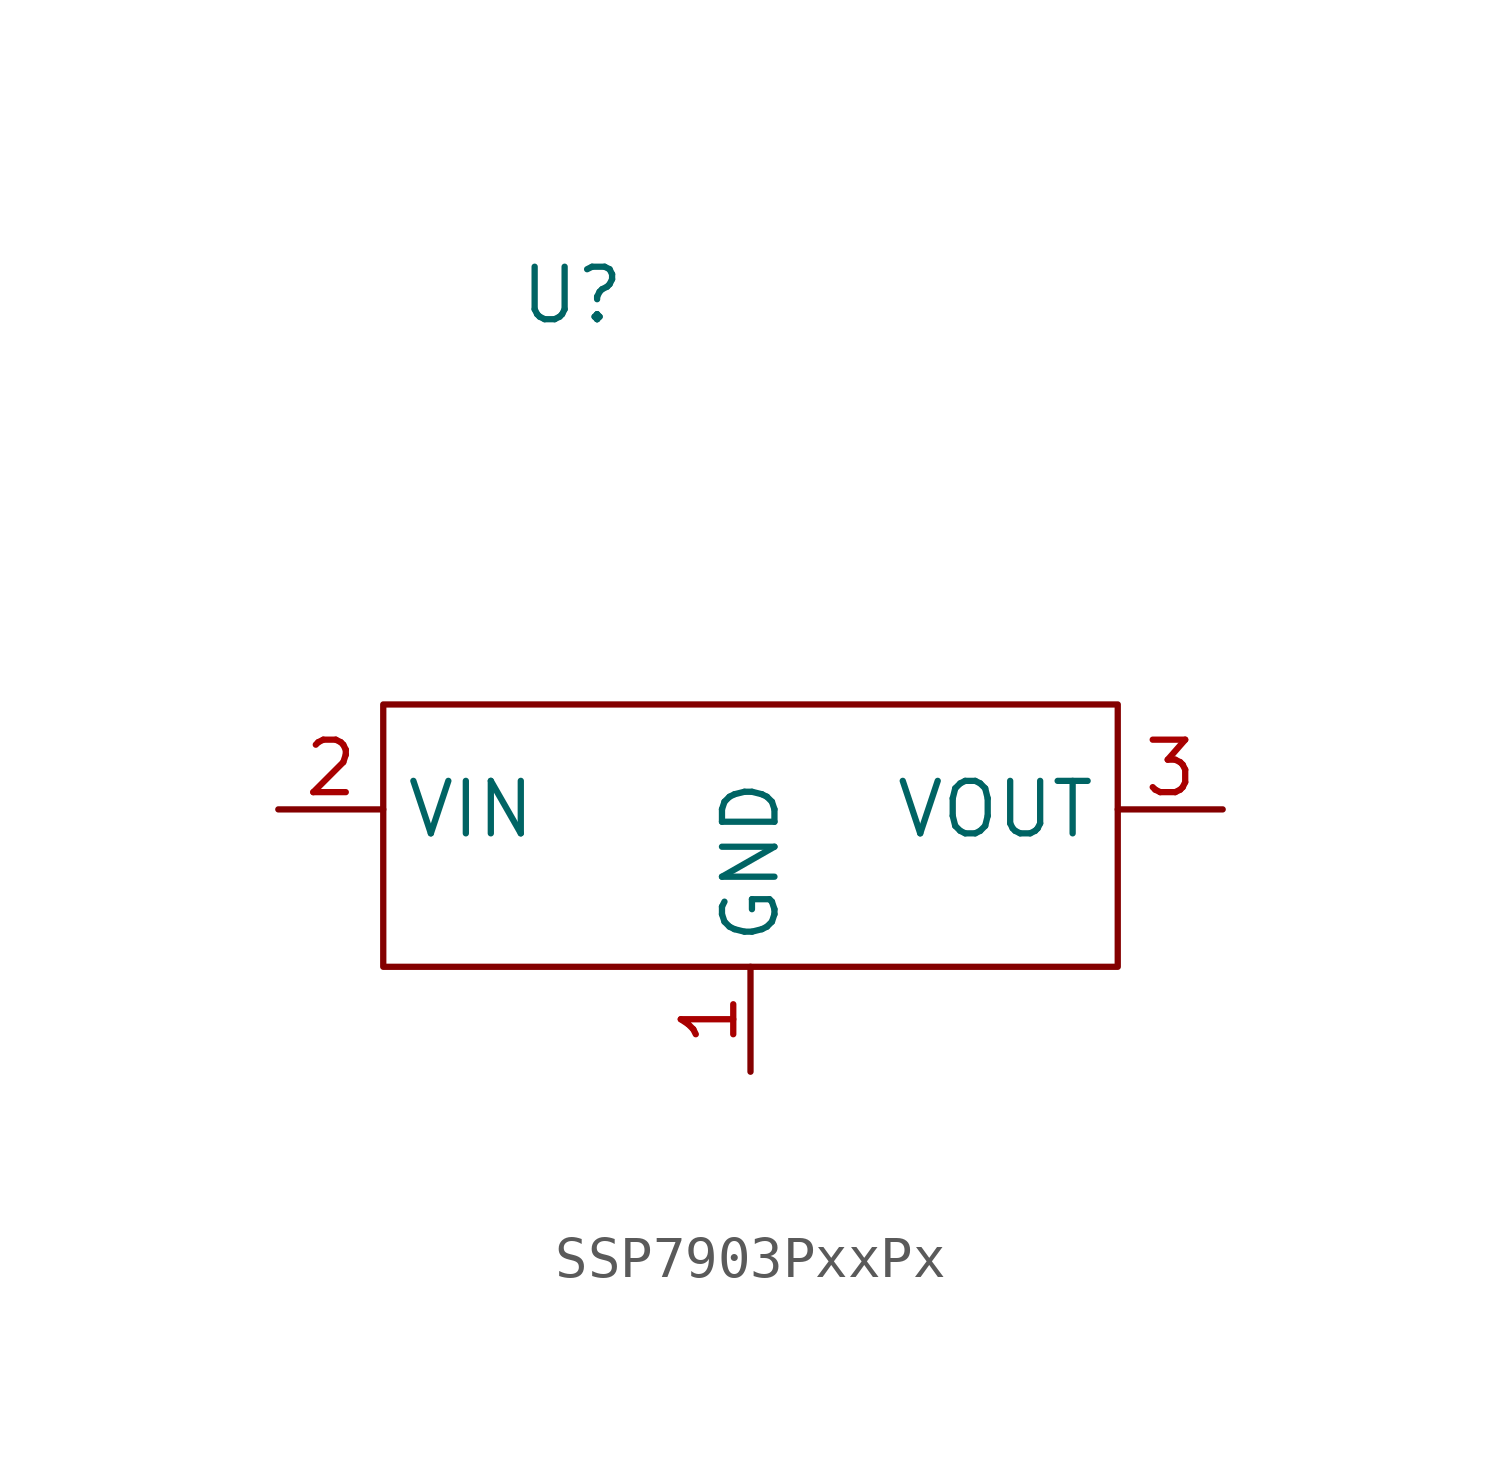
<source format=kicad_sym>
(kicad_symbol_lib
  (version 20241209)
  (generator "kicad_symbol_editor")
  (generator_version "9.0")
  (symbol "SSP7903PxxPx"
    (property "Reference" "U"
      (at -4.318 20.066 0)
      (effects (font (size 1.27 1.27))))
    (property "Value" ""
      (at 0 0 0)
      (effects (font (size 1.27 1.27))))
    (symbol "SSP7903PxxPx_0_1"
      (rectangle (start -8.89 10.16) (end 8.89 3.81) (stroke (width 0) (type default)) (fill (type none))))
    (symbol "SSP7903PxxPx_1_1"
      (pin power_in line (at -11.43 7.62 0) (length 2.54) (name "VIN" (effects (font (size 1.27 1.27)))) (number "2" (effects (font (size 1.27 1.27)))))
      (pin passive line (at 0 1.27 90) (length 2.54) (name "GND" (effects (font (size 1.27 1.27)))) (number "1" (effects (font (size 1.27 1.27)))))
      (pin power_out line (at 11.43 7.62 180) (length 2.54) (name "VOUT" (effects (font (size 1.27 1.27)))) (number "3" (effects (font (size 1.27 1.27))))))))
</source>
